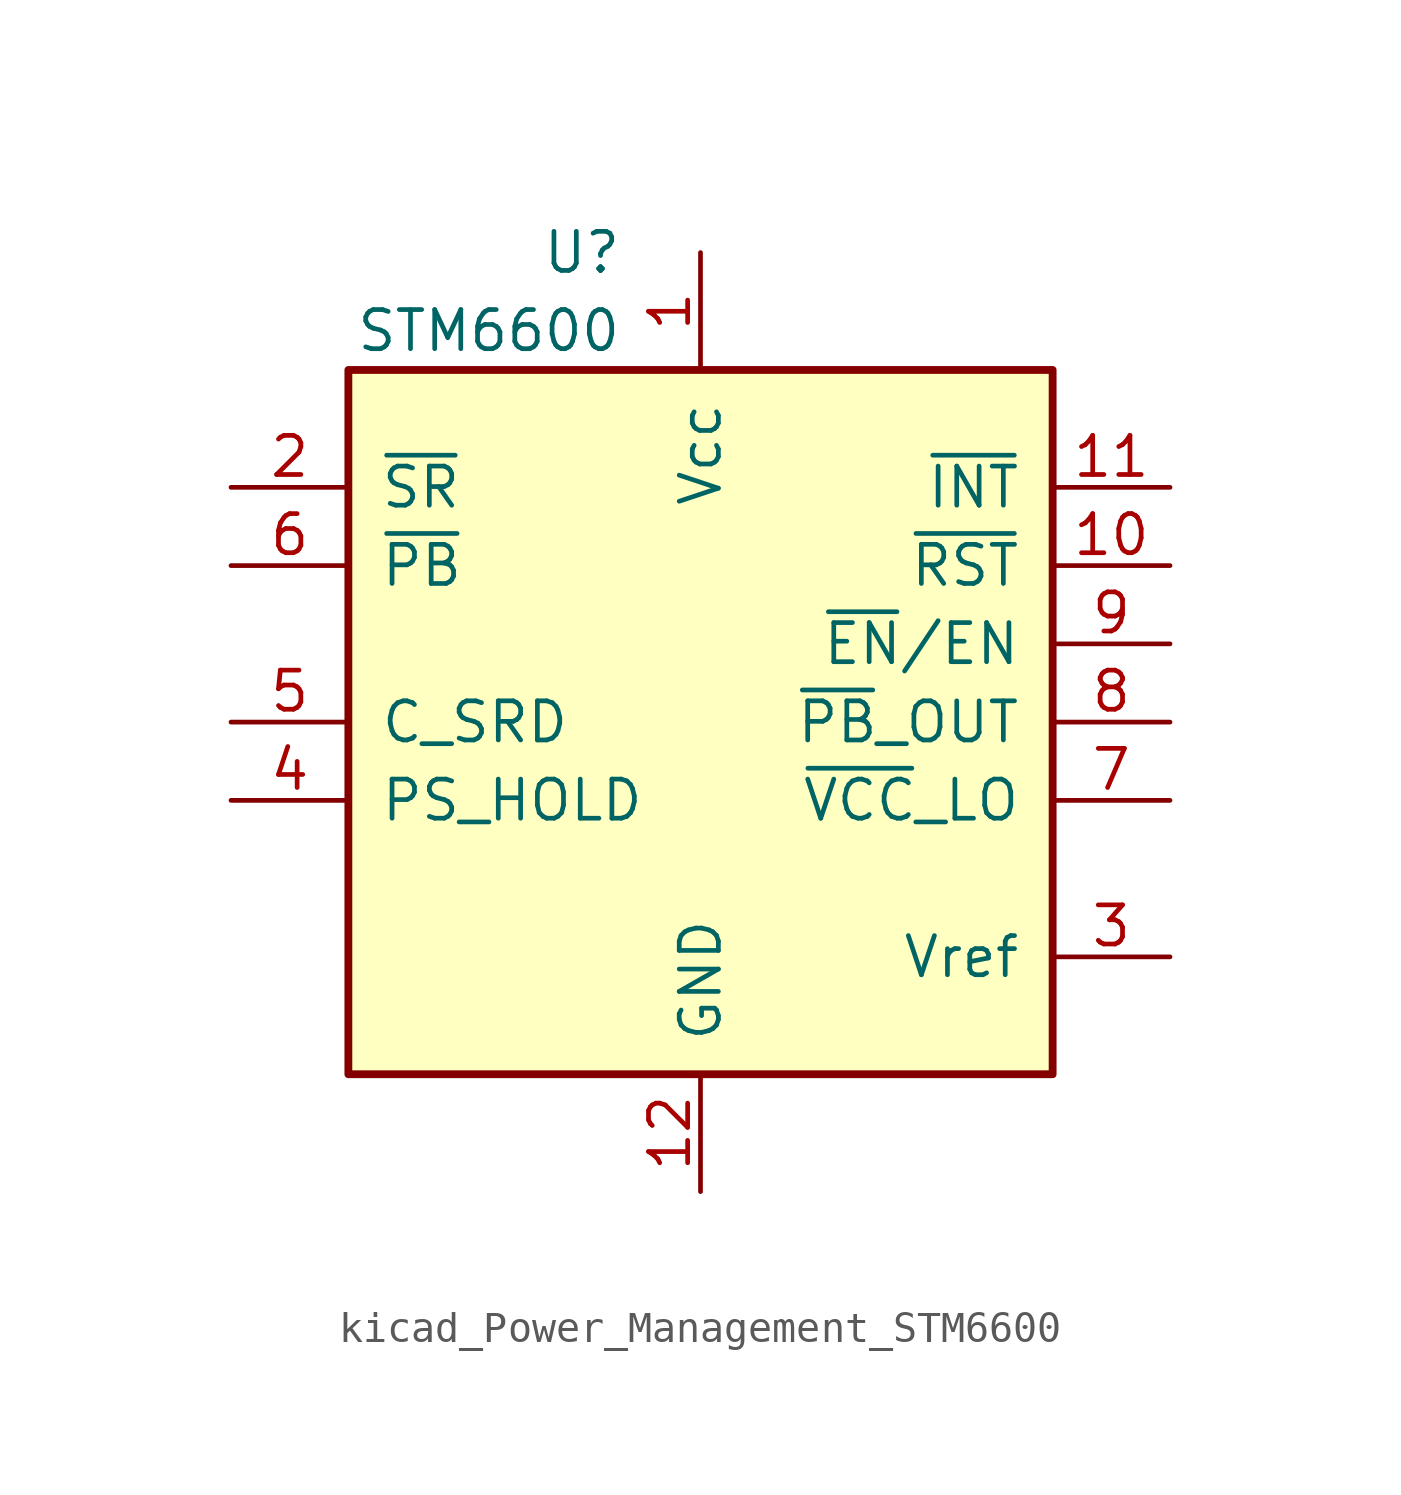
<source format=kicad_sym>
(kicad_symbol_lib
  (version 20220914)
  (generator kicad_symbol_editor)
  (symbol "kicad_Power_Management_STM6600"
    (pin_names
      (offset 1.016))
    (property "Reference" "U"
      (at -2.54 15.24 0)
      (effects (font (size 1.27 1.27)) (justify right)))
    (property "Value" "STM6600"
      (at -2.54 12.7 0)
      (effects (font (size 1.27 1.27)) (justify right)))
    (symbol "kicad_Power_Management_STM6600_0_1"
      (rectangle (start -11.43 11.43) (end 11.43 -11.43) (stroke (width 0.254) (type default)) (fill (type background))))
    (symbol "kicad_Power_Management_STM6600_1_1"
      (pin power_in line (at 0 15.24 270) (length 3.81) (name "Vcc" (effects (font (size 1.27 1.27)))) (number "1" (effects (font (size 1.27 1.27)))))
      (pin open_collector line (at 15.24 5.08 180) (length 3.81) (name "~{RST}" (effects (font (size 1.27 1.27)))) (number "10" (effects (font (size 1.27 1.27)))))
      (pin open_collector line (at 15.24 7.62 180) (length 3.81) (name "~{INT}" (effects (font (size 1.27 1.27)))) (number "11" (effects (font (size 1.27 1.27)))))
      (pin power_in line (at 0 -15.24 90) (length 3.81) (name "GND" (effects (font (size 1.27 1.27)))) (number "12" (effects (font (size 1.27 1.27)))))
      (pin input line (at -15.24 7.62 0) (length 3.81) (name "~{SR}" (effects (font (size 1.27 1.27)))) (number "2" (effects (font (size 1.27 1.27)))))
      (pin output line (at 15.24 -7.62 180) (length 3.81) (name "Vref" (effects (font (size 1.27 1.27)))) (number "3" (effects (font (size 1.27 1.27)))))
      (pin input line (at -15.24 -2.54 0) (length 3.81) (name "PS_HOLD" (effects (font (size 1.27 1.27)))) (number "4" (effects (font (size 1.27 1.27)))))
      (pin input line (at -15.24 0 0) (length 3.81) (name "C_SRD" (effects (font (size 1.27 1.27)))) (number "5" (effects (font (size 1.27 1.27)))))
      (pin input line (at -15.24 5.08 0) (length 3.81) (name "~{PB}" (effects (font (size 1.27 1.27)))) (number "6" (effects (font (size 1.27 1.27)))))
      (pin open_collector line (at 15.24 -2.54 180) (length 3.81) (name "~{VCC}_LO" (effects (font (size 1.27 1.27)))) (number "7" (effects (font (size 1.27 1.27)))))
      (pin open_collector line (at 15.24 0 180) (length 3.81) (name "~{PB}_OUT" (effects (font (size 1.27 1.27)))) (number "8" (effects (font (size 1.27 1.27)))))
      (pin output line (at 15.24 2.54 180) (length 3.81) (name "~{EN}/EN" (effects (font (size 1.27 1.27)))) (number "9" (effects (font (size 1.27 1.27))))))))
</source>
